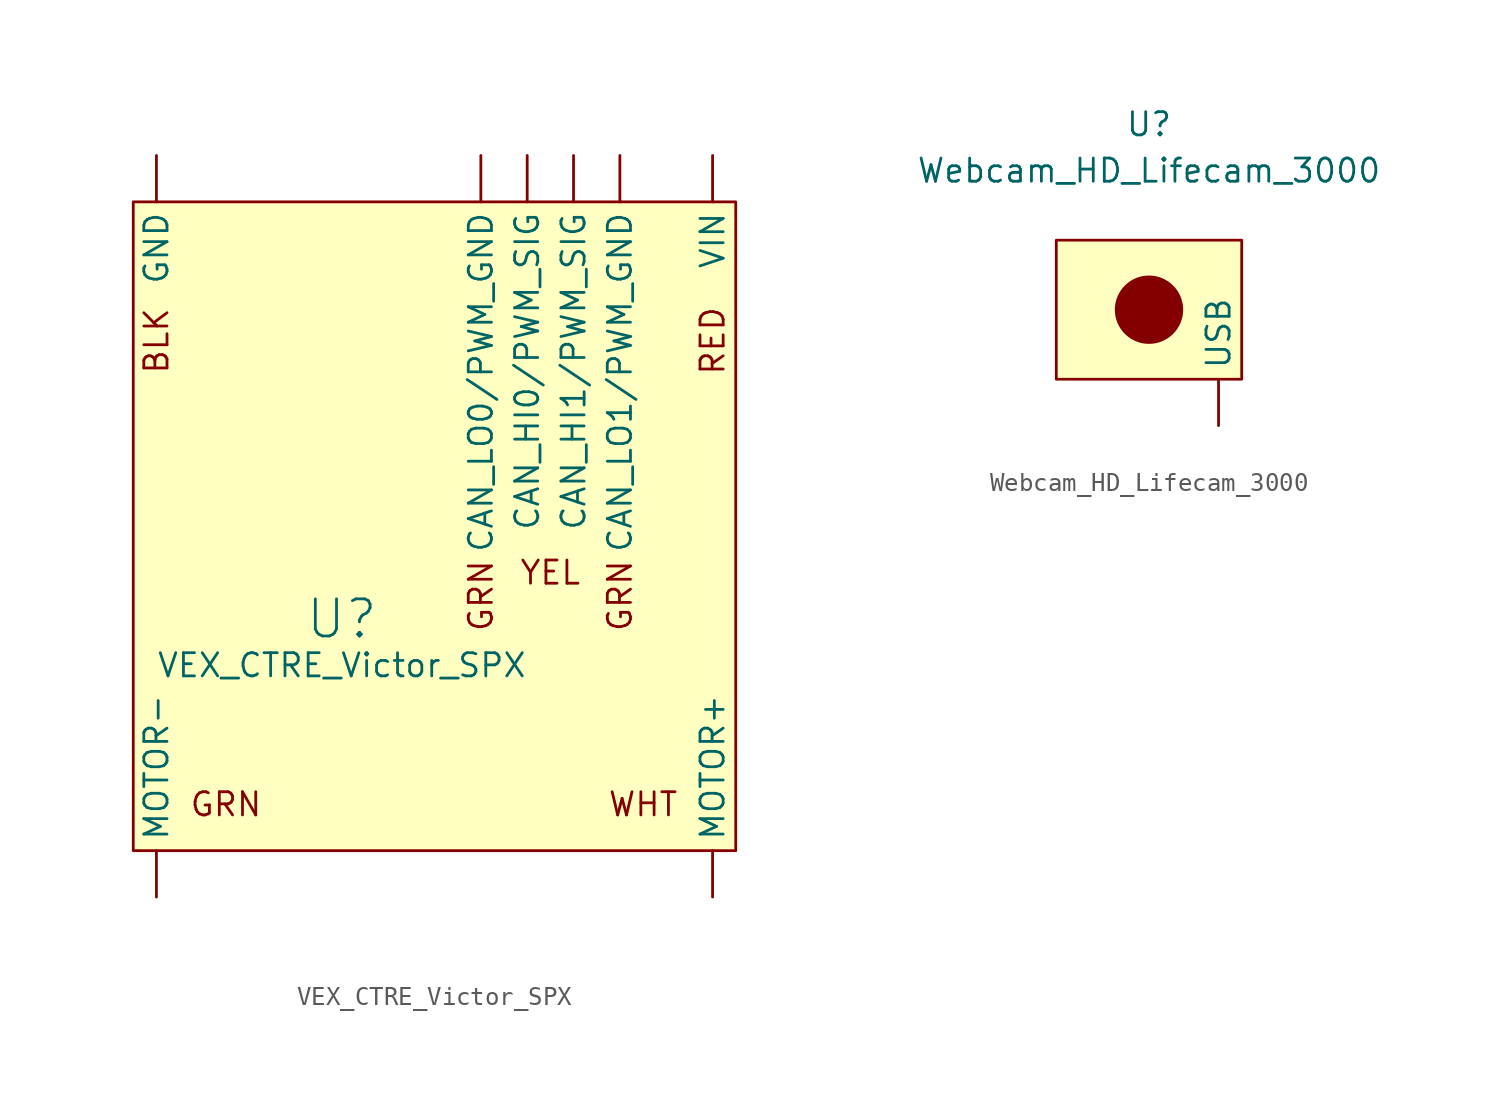
<source format=kicad_sym>
(kicad_symbol_lib
  (version 20220914)
  (generator kicad_symbol_editor)
  (symbol "VEX_CTRE_Victor_SPX"
    (property "Reference" "U"
      (at -5.08 -5.08 0)
      (effects (font (size 2.032 2.032))))
    (property "Value" "VEX_CTRE_Victor_SPX"
      (at -5.08 -7.62 0)
      (effects (font (size 1.27 1.27))))
    (symbol "VEX_CTRE_Victor_SPX_0_0"
      (rectangle (start -16.51 17.78) (end 16.51 -17.78) (stroke (width 0) (type default)) (fill (type background)))
      (text "BLK" (at -15.24 10.16 900) (effects (font (size 1.27 1.27))))
      (text "GRN" (at -11.43 -15.24 0) (effects (font (size 1.27 1.27))))
      (text "GRN" (at 2.54 -3.81 900) (effects (font (size 1.27 1.27))))
      (text "GRN" (at 10.16 -3.81 900) (effects (font (size 1.27 1.27))))
      (text "RED" (at 15.24 10.16 900) (effects (font (size 1.27 1.27))))
      (text "WHT" (at 11.43 -15.24 0) (effects (font (size 1.27 1.27))))
      (text "YEL" (at 6.35 -2.54 0) (effects (font (size 1.27 1.27)))))
    (symbol "VEX_CTRE_Victor_SPX_1_1"
      (pin bidirectional line (at 5.08 20.32 270) (length 2.54) (name "CAN_HI0/PWM_SIG" (effects (font (size 1.27 1.27)))) (number "" (effects (font (size 1.27 1.27)))))
      (pin bidirectional line (at 7.62 20.32 270) (length 2.54) (name "CAN_HI1/PWM_SIG" (effects (font (size 1.27 1.27)))) (number "" (effects (font (size 1.27 1.27)))))
      (pin bidirectional line (at 2.54 20.32 270) (length 2.54) (name "CAN_LO0/PWM_GND" (effects (font (size 1.27 1.27)))) (number "" (effects (font (size 1.27 1.27)))))
      (pin bidirectional line (at 10.16 20.32 270) (length 2.54) (name "CAN_LO1/PWM_GND" (effects (font (size 1.27 1.27)))) (number "" (effects (font (size 1.27 1.27)))))
      (pin power_in line (at -15.24 20.32 270) (length 2.54) (name "GND" (effects (font (size 1.27 1.27)))) (number "" (effects (font (size 1.27 1.27)))))
      (pin output line (at 15.24 -20.32 90) (length 2.54) (name "MOTOR+" (effects (font (size 1.27 1.27)))) (number "" (effects (font (size 1.27 1.27)))))
      (pin output line (at -15.24 -20.32 90) (length 2.54) (name "MOTOR-" (effects (font (size 1.27 1.27)))) (number "" (effects (font (size 1.27 1.27)))))
      (pin power_in line (at 15.24 20.32 270) (length 2.54) (name "VIN" (effects (font (size 1.27 1.27)))) (number "" (effects (font (size 1.27 1.27)))))))
  (symbol "Webcam_HD_Lifecam_3000"
    (property "Reference" "U"
      (at 0 0 0)
      (effects (font (size 1.27 1.27))))
    (property "Value" "Webcam_HD_Lifecam_3000"
      (at 0 -2.54 0)
      (effects (font (size 1.27 1.27))))
    (symbol "Webcam_HD_Lifecam_3000_0_1"
      (rectangle (start -5.08 -6.35) (end 5.08 -13.97) (stroke (width 0) (type default)) (fill (type background)))
      (circle (center 0 -10.16) (radius 1.796) (stroke (width 0) (type default)) (fill (type outline))))
    (symbol "Webcam_HD_Lifecam_3000_1_1"
      (pin bidirectional line (at 3.81 -16.51 90) (length 2.54) (name "USB" (effects (font (size 1.27 1.27)))) (number "" (effects (font (size 1.27 1.27))))))))
</source>
